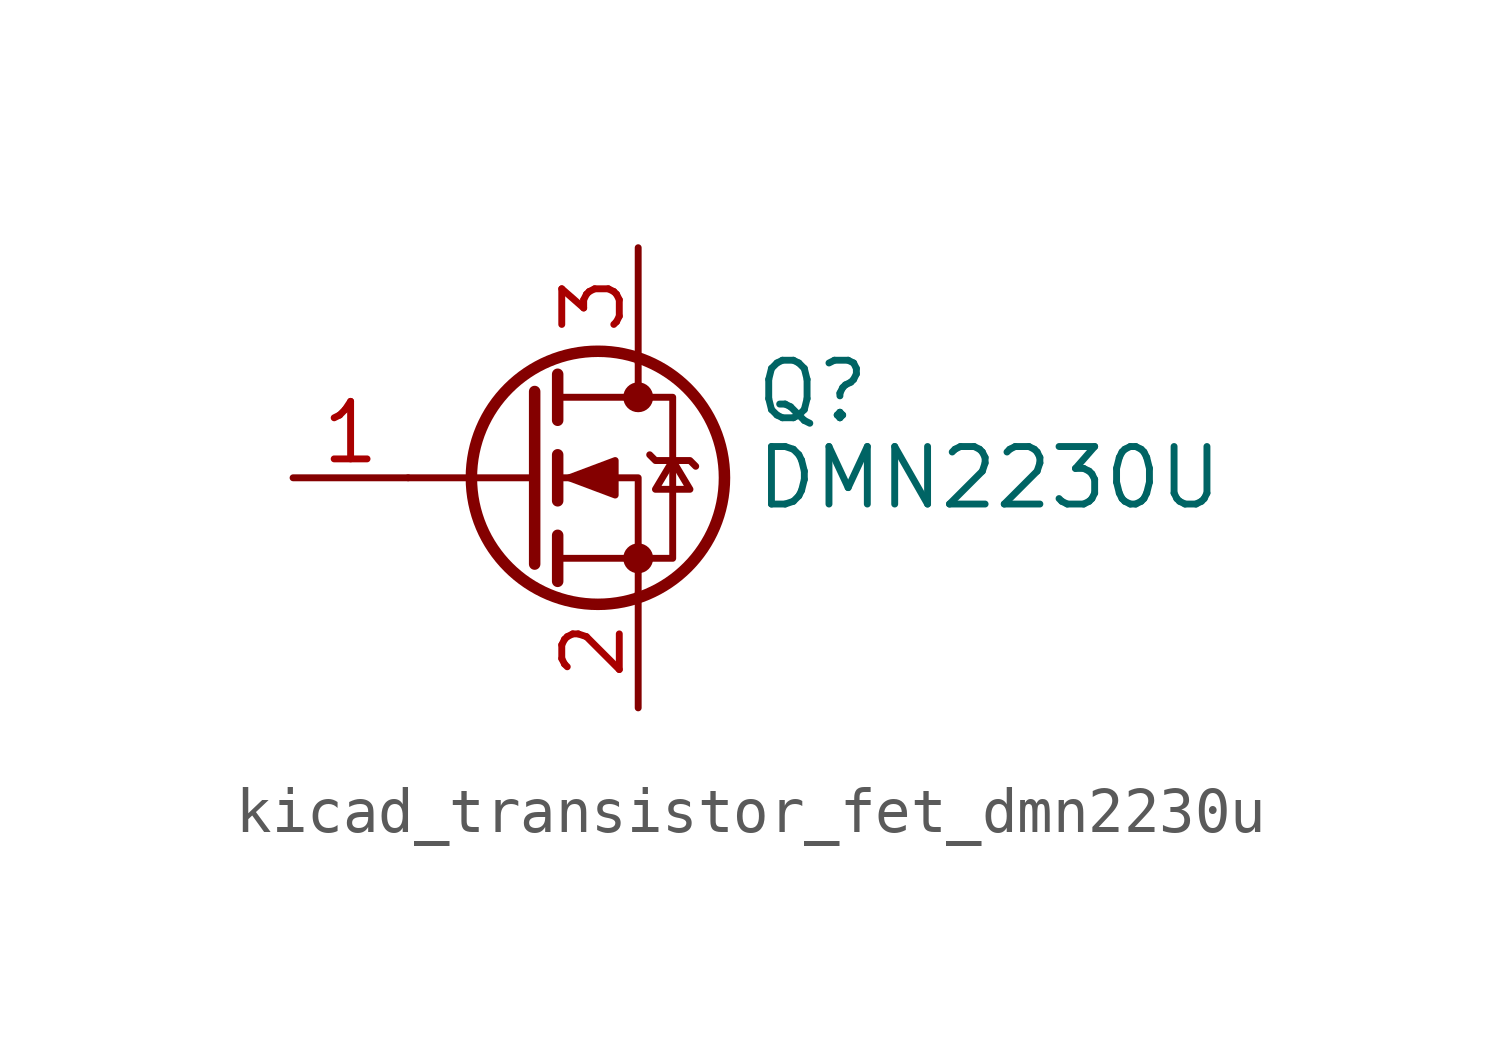
<source format=kicad_sym>
(kicad_symbol_lib
  (version 20220914)
  (generator kicad_symbol_editor)
  (symbol "kicad_transistor_fet_dmn2230u"
    (pin_names hide)
    (property "Reference" "Q"
      (at 5.08 1.905 0)
      (effects (font (size 1.27 1.27)) (justify left)))
    (property "Value" "DMN2230U"
      (at 5.08 0 0)
      (effects (font (size 1.27 1.27)) (justify left)))
    (symbol "kicad_transistor_fet_dmn2230u_0_1"
      (polyline (pts (xy 0.254 0) (xy -2.54 0)) (stroke (width 0) (type default)) (fill (type none)))
      (polyline (pts (xy 0.254 1.905) (xy 0.254 -1.905)) (stroke (width 0.254) (type default)) (fill (type none)))
      (polyline (pts (xy 0.762 -1.27) (xy 0.762 -2.286)) (stroke (width 0.254) (type default)) (fill (type none)))
      (polyline (pts (xy 0.762 0.508) (xy 0.762 -0.508)) (stroke (width 0.254) (type default)) (fill (type none)))
      (polyline (pts (xy 0.762 2.286) (xy 0.762 1.27)) (stroke (width 0.254) (type default)) (fill (type none)))
      (polyline (pts (xy 2.54 2.54) (xy 2.54 1.778)) (stroke (width 0) (type default)) (fill (type none)))
      (polyline (pts (xy 2.54 -2.54) (xy 2.54 0) (xy 0.762 0)) (stroke (width 0) (type default)) (fill (type none)))
      (polyline (pts (xy 0.762 -1.778) (xy 3.302 -1.778) (xy 3.302 1.778) (xy 0.762 1.778)) (stroke (width 0) (type default)) (fill (type none)))
      (polyline (pts (xy 1.016 0) (xy 2.032 0.381) (xy 2.032 -0.381) (xy 1.016 0)) (stroke (width 0) (type default)) (fill (type outline)))
      (polyline (pts (xy 2.794 0.508) (xy 2.921 0.381) (xy 3.683 0.381) (xy 3.81 0.254)) (stroke (width 0) (type default)) (fill (type none)))
      (polyline (pts (xy 3.302 0.381) (xy 2.921 -0.254) (xy 3.683 -0.254) (xy 3.302 0.381)) (stroke (width 0) (type default)) (fill (type none)))
      (circle (center 1.651 0) (radius 2.794) (stroke (width 0.254) (type default)) (fill (type none)))
      (circle (center 2.54 -1.778) (radius 0.254) (stroke (width 0) (type default)) (fill (type outline)))
      (circle (center 2.54 1.778) (radius 0.254) (stroke (width 0) (type default)) (fill (type outline))))
    (symbol "kicad_transistor_fet_dmn2230u_1_1"
      (pin input line (at -5.08 0 0) (length 2.54) (name "G" (effects (font (size 1.27 1.27)))) (number "1" (effects (font (size 1.27 1.27)))))
      (pin passive line (at 2.54 -5.08 90) (length 2.54) (name "S" (effects (font (size 1.27 1.27)))) (number "2" (effects (font (size 1.27 1.27)))))
      (pin passive line (at 2.54 5.08 270) (length 2.54) (name "D" (effects (font (size 1.27 1.27)))) (number "3" (effects (font (size 1.27 1.27))))))))
</source>
